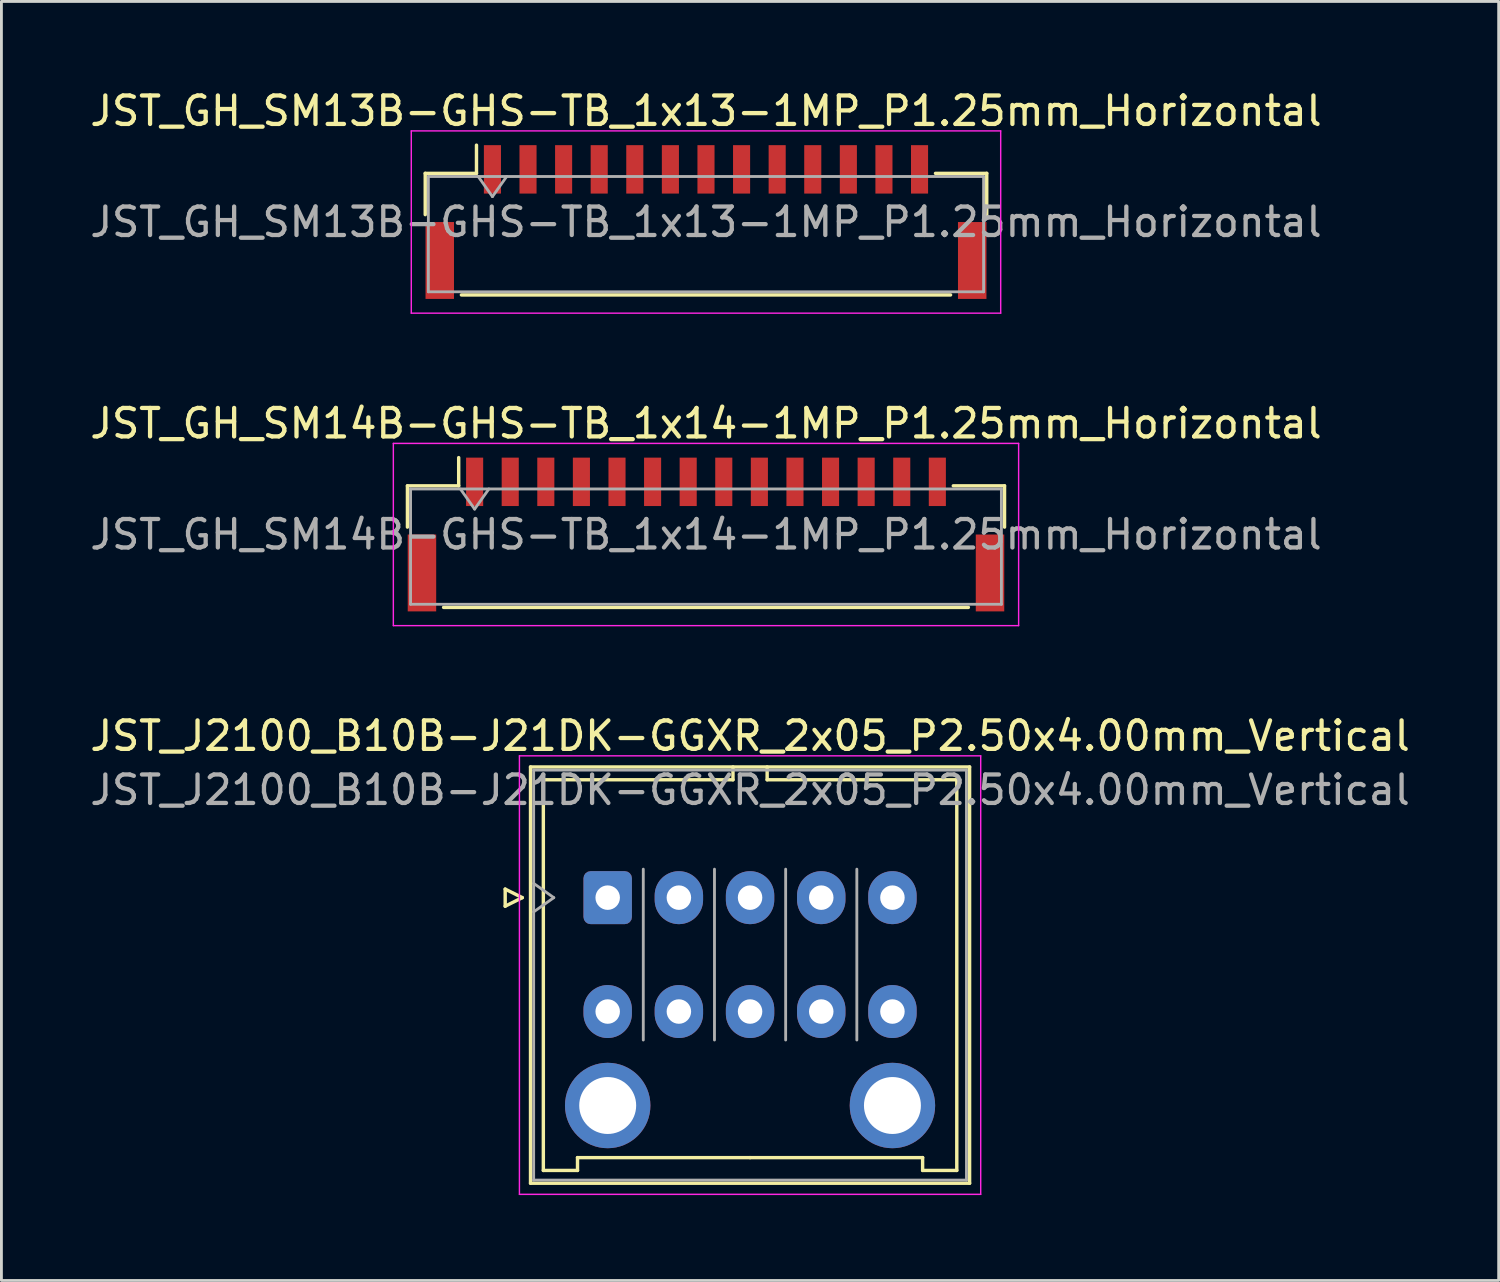
<source format=kicad_pcb>
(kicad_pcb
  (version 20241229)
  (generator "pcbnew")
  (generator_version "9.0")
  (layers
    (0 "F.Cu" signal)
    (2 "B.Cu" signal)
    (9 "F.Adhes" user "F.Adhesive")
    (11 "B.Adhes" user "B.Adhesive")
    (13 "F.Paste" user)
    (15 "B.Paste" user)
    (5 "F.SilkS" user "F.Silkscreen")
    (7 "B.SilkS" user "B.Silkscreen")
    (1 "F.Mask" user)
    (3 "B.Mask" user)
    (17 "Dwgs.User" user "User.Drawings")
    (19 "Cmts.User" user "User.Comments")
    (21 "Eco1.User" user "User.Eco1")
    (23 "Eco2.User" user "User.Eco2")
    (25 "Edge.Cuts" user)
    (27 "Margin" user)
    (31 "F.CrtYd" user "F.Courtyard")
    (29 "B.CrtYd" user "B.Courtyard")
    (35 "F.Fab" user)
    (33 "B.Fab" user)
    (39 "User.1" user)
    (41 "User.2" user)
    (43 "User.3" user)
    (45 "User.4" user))
  (footprint "JST_GH_SM13B-GHS-TB_1x13-1MP_P1.25mm_Horizontal"
    (layer "F.Cu")
    (at 21.744 4.748)
    (property "Reference" "JST_GH_SM13B-GHS-TB_1x13-1MP_P1.25mm_Horizontal" (at 0 -3.9 0) (layer "F.SilkS") (effects (font (size 1 1) (thickness 0.15))))
    (attr smd)
    (fp_line (start -9.86 -1.71) (end -8.06 -1.71) (stroke (width 0.12) (type solid)) (layer "F.SilkS"))
    (fp_line (start -9.86 -0.26) (end -9.86 -1.71) (stroke (width 0.12) (type solid)) (layer "F.SilkS"))
    (fp_line (start -8.59 2.56) (end 8.59 2.56) (stroke (width 0.12) (type solid)) (layer "F.SilkS"))
    (fp_line (start -8.06 -1.71) (end -8.06 -2.7) (stroke (width 0.12) (type solid)) (layer "F.SilkS"))
    (fp_line (start 9.86 -1.71) (end 8.06 -1.71) (stroke (width 0.12) (type solid)) (layer "F.SilkS"))
    (fp_line (start 9.86 -0.26) (end 9.86 -1.71) (stroke (width 0.12) (type solid)) (layer "F.SilkS"))
    (fp_line (start -10.35 -3.2) (end -10.35 3.2) (stroke (width 0.05) (type solid)) (layer "F.CrtYd"))
    (fp_line (start -10.35 3.2) (end 10.35 3.2) (stroke (width 0.05) (type solid)) (layer "F.CrtYd"))
    (fp_line (start 10.35 -3.2) (end -10.35 -3.2) (stroke (width 0.05) (type solid)) (layer "F.CrtYd"))
    (fp_line (start 10.35 3.2) (end 10.35 -3.2) (stroke (width 0.05) (type solid)) (layer "F.CrtYd"))
    (fp_line (start -9.75 -1.6) (end -9.75 2.45) (stroke (width 0.1) (type solid)) (layer "F.Fab"))
    (fp_line (start -9.75 -1.6) (end 9.75 -1.6) (stroke (width 0.1) (type solid)) (layer "F.Fab"))
    (fp_line (start -9.75 2.45) (end 9.75 2.45) (stroke (width 0.1) (type solid)) (layer "F.Fab"))
    (fp_line (start -8 -1.6) (end -7.5 -0.893) (stroke (width 0.1) (type solid)) (layer "F.Fab"))
    (fp_line (start -7.5 -0.893) (end -7 -1.6) (stroke (width 0.1) (type solid)) (layer "F.Fab"))
    (fp_line (start 9.75 -1.6) (end 9.75 2.45) (stroke (width 0.1) (type solid)) (layer "F.Fab"))
    (fp_text user "${REFERENCE}" (at 0 0 0) (layer "F.Fab") (effects (font (size 1 1) (thickness 0.15))))
    (pad "1" smd rect (at -7.5 -1.85) (size 0.6 1.7) (layers "F.Cu" "F.Mask" "F.Paste"))
    (pad "2" smd rect (at -6.25 -1.85) (size 0.6 1.7) (layers "F.Cu" "F.Mask" "F.Paste"))
    (pad "3" smd rect (at -5 -1.85) (size 0.6 1.7) (layers "F.Cu" "F.Mask" "F.Paste"))
    (pad "4" smd rect (at -3.75 -1.85) (size 0.6 1.7) (layers "F.Cu" "F.Mask" "F.Paste"))
    (pad "5" smd rect (at -2.5 -1.85) (size 0.6 1.7) (layers "F.Cu" "F.Mask" "F.Paste"))
    (pad "6" smd rect (at -1.25 -1.85) (size 0.6 1.7) (layers "F.Cu" "F.Mask" "F.Paste"))
    (pad "7" smd rect (at 0 -1.85) (size 0.6 1.7) (layers "F.Cu" "F.Mask" "F.Paste"))
    (pad "8" smd rect (at 1.25 -1.85) (size 0.6 1.7) (layers "F.Cu" "F.Mask" "F.Paste"))
    (pad "9" smd rect (at 2.5 -1.85) (size 0.6 1.7) (layers "F.Cu" "F.Mask" "F.Paste"))
    (pad "10" smd rect (at 3.75 -1.85) (size 0.6 1.7) (layers "F.Cu" "F.Mask" "F.Paste"))
    (pad "11" smd rect (at 5 -1.85) (size 0.6 1.7) (layers "F.Cu" "F.Mask" "F.Paste"))
    (pad "12" smd rect (at 6.25 -1.85) (size 0.6 1.7) (layers "F.Cu" "F.Mask" "F.Paste"))
    (pad "13" smd rect (at 7.5 -1.85) (size 0.6 1.7) (layers "F.Cu" "F.Mask" "F.Paste"))
    (pad "MP" smd rect (at -9.35 1.35) (size 1 2.7) (layers "F.Cu" "F.Mask" "F.Paste"))
    (pad "MP" smd rect (at 9.35 1.35) (size 1 2.7) (layers "F.Cu" "F.Mask" "F.Paste")))
  (footprint "JST_GH_SM14B-GHS-TB_1x14-1MP_P1.25mm_Horizontal"
    (layer "F.Cu")
    (at 21.744 15.722)
    (property "Reference" "JST_GH_SM14B-GHS-TB_1x14-1MP_P1.25mm_Horizontal" (at 0 -3.9 0) (layer "F.SilkS") (effects (font (size 1 1) (thickness 0.15))))
    (attr smd)
    (fp_line (start -10.485 -1.71) (end -8.685 -1.71) (stroke (width 0.12) (type solid)) (layer "F.SilkS"))
    (fp_line (start -10.485 -0.26) (end -10.485 -1.71) (stroke (width 0.12) (type solid)) (layer "F.SilkS"))
    (fp_line (start -9.215 2.56) (end 9.215 2.56) (stroke (width 0.12) (type solid)) (layer "F.SilkS"))
    (fp_line (start -8.685 -1.71) (end -8.685 -2.7) (stroke (width 0.12) (type solid)) (layer "F.SilkS"))
    (fp_line (start 10.485 -1.71) (end 8.685 -1.71) (stroke (width 0.12) (type solid)) (layer "F.SilkS"))
    (fp_line (start 10.485 -0.26) (end 10.485 -1.71) (stroke (width 0.12) (type solid)) (layer "F.SilkS"))
    (fp_line (start -10.98 -3.2) (end -10.98 3.2) (stroke (width 0.05) (type solid)) (layer "F.CrtYd"))
    (fp_line (start -10.98 3.2) (end 10.98 3.2) (stroke (width 0.05) (type solid)) (layer "F.CrtYd"))
    (fp_line (start 10.98 -3.2) (end -10.98 -3.2) (stroke (width 0.05) (type solid)) (layer "F.CrtYd"))
    (fp_line (start 10.98 3.2) (end 10.98 -3.2) (stroke (width 0.05) (type solid)) (layer "F.CrtYd"))
    (fp_line (start -10.375 -1.6) (end -10.375 2.45) (stroke (width 0.1) (type solid)) (layer "F.Fab"))
    (fp_line (start -10.375 -1.6) (end 10.375 -1.6) (stroke (width 0.1) (type solid)) (layer "F.Fab"))
    (fp_line (start -10.375 2.45) (end 10.375 2.45) (stroke (width 0.1) (type solid)) (layer "F.Fab"))
    (fp_line (start -8.625 -1.6) (end -8.125 -0.893) (stroke (width 0.1) (type solid)) (layer "F.Fab"))
    (fp_line (start -8.125 -0.893) (end -7.625 -1.6) (stroke (width 0.1) (type solid)) (layer "F.Fab"))
    (fp_line (start 10.375 -1.6) (end 10.375 2.45) (stroke (width 0.1) (type solid)) (layer "F.Fab"))
    (fp_text user "${REFERENCE}" (at 0 0 0) (layer "F.Fab") (effects (font (size 1 1) (thickness 0.15))))
    (pad "1" smd rect (at -8.125 -1.85) (size 0.6 1.7) (layers "F.Cu" "F.Mask" "F.Paste"))
    (pad "2" smd rect (at -6.875 -1.85) (size 0.6 1.7) (layers "F.Cu" "F.Mask" "F.Paste"))
    (pad "3" smd rect (at -5.625 -1.85) (size 0.6 1.7) (layers "F.Cu" "F.Mask" "F.Paste"))
    (pad "4" smd rect (at -4.375 -1.85) (size 0.6 1.7) (layers "F.Cu" "F.Mask" "F.Paste"))
    (pad "5" smd rect (at -3.125 -1.85) (size 0.6 1.7) (layers "F.Cu" "F.Mask" "F.Paste"))
    (pad "6" smd rect (at -1.875 -1.85) (size 0.6 1.7) (layers "F.Cu" "F.Mask" "F.Paste"))
    (pad "7" smd rect (at -0.625 -1.85) (size 0.6 1.7) (layers "F.Cu" "F.Mask" "F.Paste"))
    (pad "8" smd rect (at 0.625 -1.85) (size 0.6 1.7) (layers "F.Cu" "F.Mask" "F.Paste"))
    (pad "9" smd rect (at 1.875 -1.85) (size 0.6 1.7) (layers "F.Cu" "F.Mask" "F.Paste"))
    (pad "10" smd rect (at 3.125 -1.85) (size 0.6 1.7) (layers "F.Cu" "F.Mask" "F.Paste"))
    (pad "11" smd rect (at 4.375 -1.85) (size 0.6 1.7) (layers "F.Cu" "F.Mask" "F.Paste"))
    (pad "12" smd rect (at 5.625 -1.85) (size 0.6 1.7) (layers "F.Cu" "F.Mask" "F.Paste"))
    (pad "13" smd rect (at 6.875 -1.85) (size 0.6 1.7) (layers "F.Cu" "F.Mask" "F.Paste"))
    (pad "14" smd rect (at 8.125 -1.85) (size 0.6 1.7) (layers "F.Cu" "F.Mask" "F.Paste"))
    (pad "MP" smd rect (at -9.975 1.35) (size 1 2.7) (layers "F.Cu" "F.Mask" "F.Paste"))
    (pad "MP" smd rect (at 9.975 1.35) (size 1 2.7) (layers "F.Cu" "F.Mask" "F.Paste")))
  (footprint "JST_J2100_B10B-J21DK-GGXR_2x05_P2.50x4.00mm_Vertical"
    (layer "F.Cu")
    (at 18.292 28.475)
    (property "Reference" "JST_J2100_B10B-J21DK-GGXR_2x05_P2.50x4.00mm_Vertical" (at 5 -5.68 0) (layer "F.SilkS") (effects (font (size 1 1) (thickness 0.15))))
    (attr through_hole)
    (fp_line (start -3.6 -0.3) (end -3 0) (stroke (width 0.12) (type solid)) (layer "F.SilkS"))
    (fp_line (start -3.6 0.3) (end -3.6 -0.3) (stroke (width 0.12) (type solid)) (layer "F.SilkS"))
    (fp_line (start -3 0) (end -3.6 0.3) (stroke (width 0.12) (type solid)) (layer "F.SilkS"))
    (fp_line (start -2.71 -4.59) (end -2.71 10.03) (stroke (width 0.12) (type solid)) (layer "F.SilkS"))
    (fp_line (start -2.71 10.03) (end 12.71 10.03) (stroke (width 0.12) (type solid)) (layer "F.SilkS"))
    (fp_line (start -2.26 -4.14) (end -2.26 9.58) (stroke (width 0.12) (type solid)) (layer "F.SilkS"))
    (fp_line (start -2.26 9.58) (end -1.06 9.58) (stroke (width 0.12) (type solid)) (layer "F.SilkS"))
    (fp_line (start -1.06 9.13) (end 5 9.13) (stroke (width 0.12) (type solid)) (layer "F.SilkS"))
    (fp_line (start -1.06 9.58) (end -1.06 9.13) (stroke (width 0.12) (type solid)) (layer "F.SilkS"))
    (fp_line (start 4.4 -4.59) (end 4.4 -4.14) (stroke (width 0.12) (type solid)) (layer "F.SilkS"))
    (fp_line (start 4.4 -4.14) (end -2.26 -4.14) (stroke (width 0.12) (type solid)) (layer "F.SilkS"))
    (fp_line (start 5.6 -4.59) (end 5.6 -4.14) (stroke (width 0.12) (type solid)) (layer "F.SilkS"))
    (fp_line (start 5.6 -4.14) (end 12.26 -4.14) (stroke (width 0.12) (type solid)) (layer "F.SilkS"))
    (fp_line (start 11.06 9.13) (end 5 9.13) (stroke (width 0.12) (type solid)) (layer "F.SilkS"))
    (fp_line (start 11.06 9.58) (end 11.06 9.13) (stroke (width 0.12) (type solid)) (layer "F.SilkS"))
    (fp_line (start 12.26 -4.14) (end 12.26 9.58) (stroke (width 0.12) (type solid)) (layer "F.SilkS"))
    (fp_line (start 12.26 9.58) (end 11.06 9.58) (stroke (width 0.12) (type solid)) (layer "F.SilkS"))
    (fp_line (start 12.71 -4.59) (end -2.71 -4.59) (stroke (width 0.12) (type solid)) (layer "F.SilkS"))
    (fp_line (start 12.71 10.03) (end 12.71 -4.59) (stroke (width 0.12) (type solid)) (layer "F.SilkS"))
    (fp_line (start -3.1 -4.98) (end -3.1 10.42) (stroke (width 0.05) (type solid)) (layer "F.CrtYd"))
    (fp_line (start -3.1 10.42) (end 13.1 10.42) (stroke (width 0.05) (type solid)) (layer "F.CrtYd"))
    (fp_line (start 13.1 -4.98) (end -3.1 -4.98) (stroke (width 0.05) (type solid)) (layer "F.CrtYd"))
    (fp_line (start 13.1 10.42) (end 13.1 -4.98) (stroke (width 0.05) (type solid)) (layer "F.CrtYd"))
    (fp_line (start -2.6 -4.48) (end -2.6 9.92) (stroke (width 0.1) (type solid)) (layer "F.Fab"))
    (fp_line (start -2.6 0.5) (end -1.893 0) (stroke (width 0.1) (type solid)) (layer "F.Fab"))
    (fp_line (start -2.6 9.92) (end 12.6 9.92) (stroke (width 0.1) (type solid)) (layer "F.Fab"))
    (fp_line (start -1.893 0) (end -2.6 -0.5) (stroke (width 0.1) (type solid)) (layer "F.Fab"))
    (fp_line (start 1.25 5) (end 1.25 -1) (stroke (width 0.1) (type solid)) (layer "F.Fab"))
    (fp_line (start 3.75 5) (end 3.75 -1) (stroke (width 0.1) (type solid)) (layer "F.Fab"))
    (fp_line (start 6.25 5) (end 6.25 -1) (stroke (width 0.1) (type solid)) (layer "F.Fab"))
    (fp_line (start 8.75 5) (end 8.75 -1) (stroke (width 0.1) (type solid)) (layer "F.Fab"))
    (fp_line (start 12.6 -4.48) (end -2.6 -4.48) (stroke (width 0.1) (type solid)) (layer "F.Fab"))
    (fp_line (start 12.6 9.92) (end 12.6 -4.48) (stroke (width 0.1) (type solid)) (layer "F.Fab"))
    (fp_text user "${REFERENCE}" (at 5 -3.78 0) (layer "F.Fab") (effects (font (size 1 1) (thickness 0.15))))
    (pad "" thru_hole circle (at 0 7.3) (size 3 3) (drill 2) (layers "*.Cu" "*.Mask"))
    (pad "" thru_hole circle (at 10 7.3) (size 3 3) (drill 2) (layers "*.Cu" "*.Mask"))
    (pad "1" thru_hole roundrect (at 0 0) (size 1.7 1.86) (drill 0.86) (layers "*.Cu" "*.Mask") (roundrect_rratio 0.147))
    (pad "2" thru_hole oval (at 2.5 0) (size 1.7 1.86) (drill 0.86) (layers "*.Cu" "*.Mask"))
    (pad "3" thru_hole oval (at 5 0) (size 1.7 1.86) (drill 0.86) (layers "*.Cu" "*.Mask"))
    (pad "4" thru_hole oval (at 7.5 0) (size 1.7 1.86) (drill 0.86) (layers "*.Cu" "*.Mask"))
    (pad "5" thru_hole oval (at 10 0) (size 1.7 1.86) (drill 0.86) (layers "*.Cu" "*.Mask"))
    (pad "6" thru_hole oval (at 0 4) (size 1.7 1.86) (drill 0.86) (layers "*.Cu" "*.Mask"))
    (pad "7" thru_hole oval (at 2.5 4) (size 1.7 1.86) (drill 0.86) (layers "*.Cu" "*.Mask"))
    (pad "8" thru_hole oval (at 5 4) (size 1.7 1.86) (drill 0.86) (layers "*.Cu" "*.Mask"))
    (pad "9" thru_hole oval (at 7.5 4) (size 1.7 1.86) (drill 0.86) (layers "*.Cu" "*.Mask"))
    (pad "10" thru_hole oval (at 10 4) (size 1.7 1.86) (drill 0.86) (layers "*.Cu" "*.Mask")))
  (gr_rect
    (start -3 -3)
    (end 49.583 41.92)
    (stroke (width 0.1) (type default))
    (fill no)
    (layer "Edge.Cuts")))
</source>
